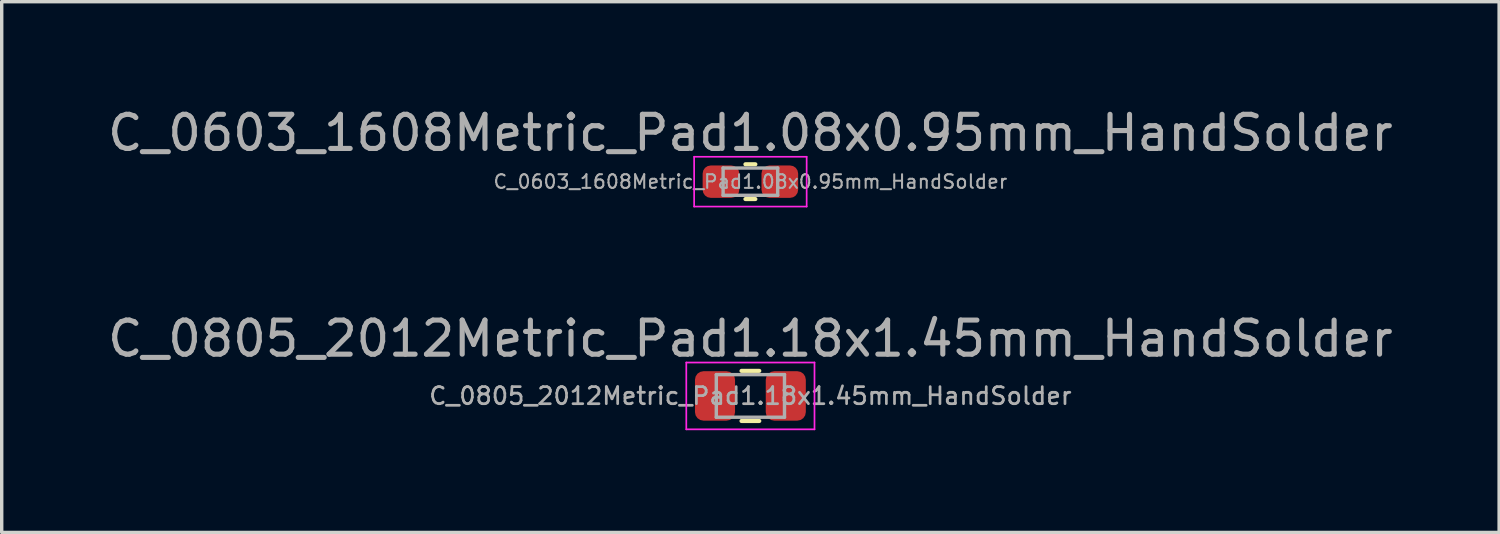
<source format=kicad_pcb>
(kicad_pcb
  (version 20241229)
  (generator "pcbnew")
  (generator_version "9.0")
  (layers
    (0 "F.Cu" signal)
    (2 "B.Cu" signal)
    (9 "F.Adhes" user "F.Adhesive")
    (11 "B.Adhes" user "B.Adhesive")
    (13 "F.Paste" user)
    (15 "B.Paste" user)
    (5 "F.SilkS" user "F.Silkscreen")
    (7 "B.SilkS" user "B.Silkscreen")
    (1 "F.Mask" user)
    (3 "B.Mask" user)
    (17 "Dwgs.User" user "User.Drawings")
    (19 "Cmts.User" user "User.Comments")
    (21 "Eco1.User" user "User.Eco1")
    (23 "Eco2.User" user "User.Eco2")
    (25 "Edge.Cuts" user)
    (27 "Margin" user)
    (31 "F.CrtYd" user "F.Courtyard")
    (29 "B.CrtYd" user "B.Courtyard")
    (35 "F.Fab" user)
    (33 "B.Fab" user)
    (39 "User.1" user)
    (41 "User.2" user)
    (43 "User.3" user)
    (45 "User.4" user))
  (footprint "C_0603_1608Metric_Pad1.08x0.95mm_HandSolder"
    (layer "F.Cu")
    (at 18.958 2.278)
    (property "Reference" "C_0603_1608Metric_Pad1.08x0.95mm_HandSolder" (at 0 -1.43 0) (layer "F.Fab") (effects (font (size 1 1) (thickness 0.15))))
    (attr smd)
    (fp_line (start -0.146 -0.51) (end 0.146 -0.51) (stroke (width 0.12) (type solid)) (layer "F.SilkS"))
    (fp_line (start -0.146 0.51) (end 0.146 0.51) (stroke (width 0.12) (type solid)) (layer "F.SilkS"))
    (fp_line (start -1.65 -0.73) (end 1.65 -0.73) (stroke (width 0.05) (type solid)) (layer "F.CrtYd"))
    (fp_line (start -1.65 0.73) (end -1.65 -0.73) (stroke (width 0.05) (type solid)) (layer "F.CrtYd"))
    (fp_line (start 1.65 -0.73) (end 1.65 0.73) (stroke (width 0.05) (type solid)) (layer "F.CrtYd"))
    (fp_line (start 1.65 0.73) (end -1.65 0.73) (stroke (width 0.05) (type solid)) (layer "F.CrtYd"))
    (fp_line (start -0.8 -0.4) (end 0.8 -0.4) (stroke (width 0.1) (type solid)) (layer "F.Fab"))
    (fp_line (start -0.8 0.4) (end -0.8 -0.4) (stroke (width 0.1) (type solid)) (layer "F.Fab"))
    (fp_line (start 0.8 -0.4) (end 0.8 0.4) (stroke (width 0.1) (type solid)) (layer "F.Fab"))
    (fp_line (start 0.8 0.4) (end -0.8 0.4) (stroke (width 0.1) (type solid)) (layer "F.Fab"))
    (fp_text user "${REFERENCE}" (at 0 0 0) (layer "F.Fab") (effects (font (size 0.4 0.4) (thickness 0.06))))
    (pad "1" smd roundrect (at -0.863 0) (size 1.075 0.95) (layers "F.Cu" "F.Mask" "F.Paste") (roundrect_rratio 0.25))
    (pad "2" smd roundrect (at 0.863 0) (size 1.075 0.95) (layers "F.Cu" "F.Mask" "F.Paste") (roundrect_rratio 0.25)))
  (footprint "C_0805_2012Metric_Pad1.18x1.45mm_HandSolder"
    (layer "F.Cu")
    (at 18.958 8.562)
    (property "Reference" "C_0805_2012Metric_Pad1.18x1.45mm_HandSolder" (at 0 -1.68 0) (layer "F.Fab") (effects (font (size 1 1) (thickness 0.15))))
    (attr smd)
    (fp_line (start -0.261 -0.735) (end 0.261 -0.735) (stroke (width 0.12) (type solid)) (layer "F.SilkS"))
    (fp_line (start -0.261 0.735) (end 0.261 0.735) (stroke (width 0.12) (type solid)) (layer "F.SilkS"))
    (fp_line (start -1.88 -0.98) (end 1.88 -0.98) (stroke (width 0.05) (type solid)) (layer "F.CrtYd"))
    (fp_line (start -1.88 0.98) (end -1.88 -0.98) (stroke (width 0.05) (type solid)) (layer "F.CrtYd"))
    (fp_line (start 1.88 -0.98) (end 1.88 0.98) (stroke (width 0.05) (type solid)) (layer "F.CrtYd"))
    (fp_line (start 1.88 0.98) (end -1.88 0.98) (stroke (width 0.05) (type solid)) (layer "F.CrtYd"))
    (fp_line (start -1 -0.625) (end 1 -0.625) (stroke (width 0.1) (type solid)) (layer "F.Fab"))
    (fp_line (start -1 0.625) (end -1 -0.625) (stroke (width 0.1) (type solid)) (layer "F.Fab"))
    (fp_line (start 1 -0.625) (end 1 0.625) (stroke (width 0.1) (type solid)) (layer "F.Fab"))
    (fp_line (start 1 0.625) (end -1 0.625) (stroke (width 0.1) (type solid)) (layer "F.Fab"))
    (fp_text user "${REFERENCE}" (at 0 0 0) (layer "F.Fab") (effects (font (size 0.5 0.5) (thickness 0.08))))
    (pad "1" smd roundrect (at -1.038 0) (size 1.175 1.45) (layers "F.Cu" "F.Mask" "F.Paste") (roundrect_rratio 0.213))
    (pad "2" smd roundrect (at 1.038 0) (size 1.175 1.45) (layers "F.Cu" "F.Mask" "F.Paste") (roundrect_rratio 0.213)))
  (gr_rect
    (start -3 -3)
    (end 40.917 12.566)
    (stroke (width 0.1) (type default))
    (fill no)
    (layer "Edge.Cuts")))
</source>
